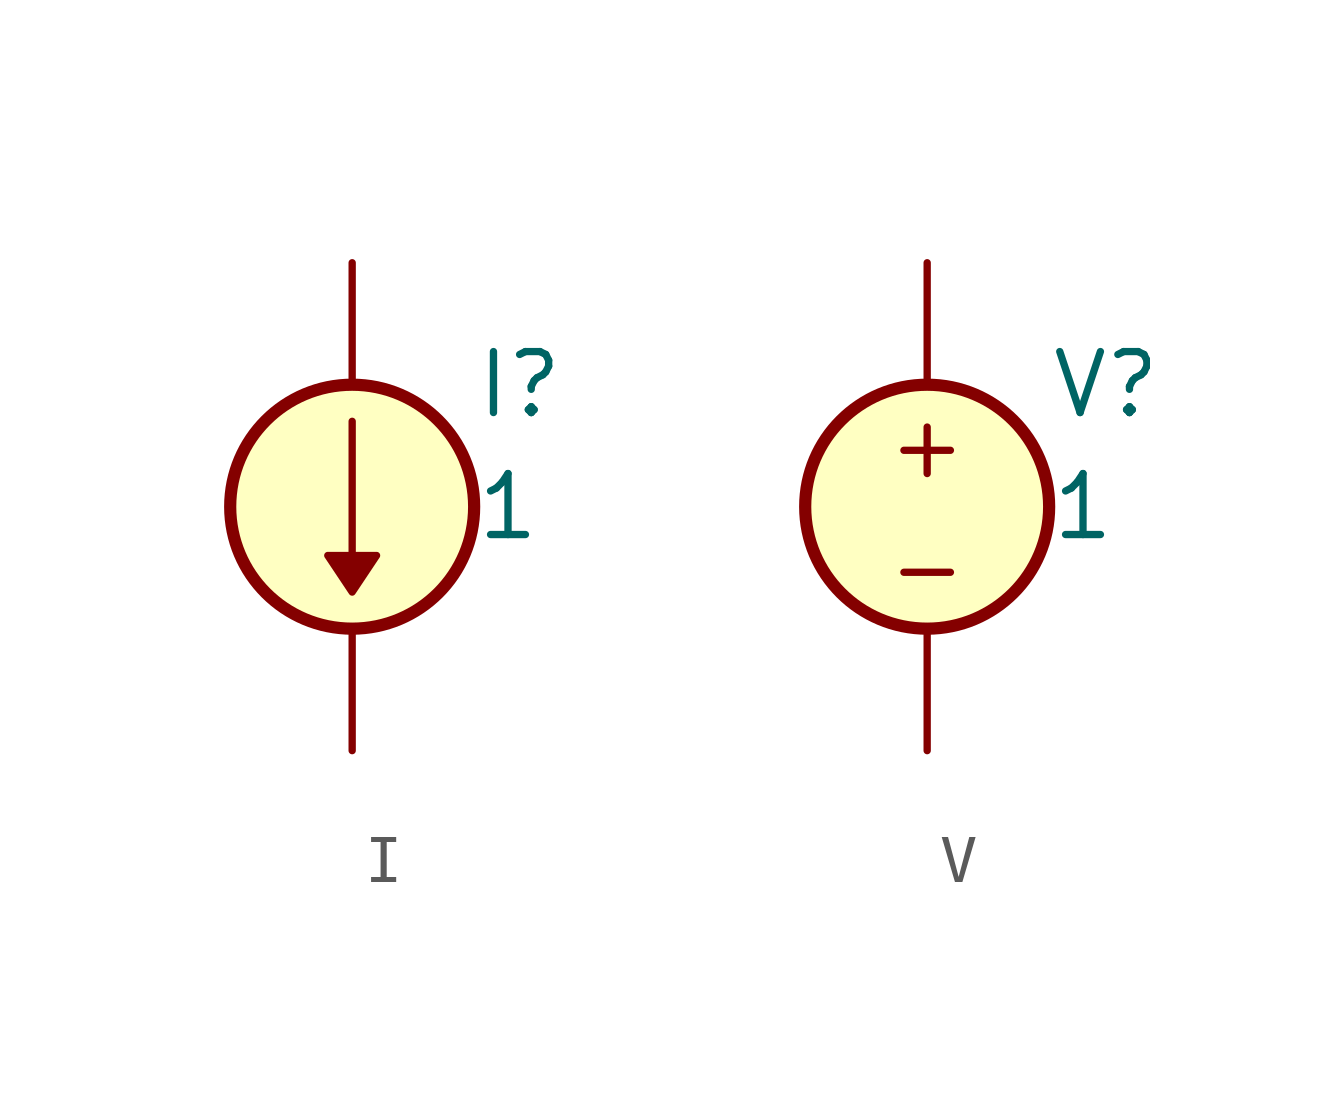
<source format=kicad_sym>
(kicad_symbol_lib
  (version 20220914)
  (generator kicad_symbol_editor)
  (symbol "I"
    (pin_numbers hide)
    (property "Reference" "I"
      (at 2.54 2.54 0)
      (effects (font (size 1.27 1.27)) (justify left)))
    (property "Value" "1"
      (at 2.54 0 0)
      (effects (font (size 1.27 1.27)) (justify left)))
    (symbol "I_0_0"
      (polyline (pts (xy 0.508 -1.016) (xy 0 -1.778) (xy -0.508 -1.016) (xy 0.508 -1.016)) (stroke (width 0.152) (type default)) (fill (type outline))))
    (symbol "I_0_1"
      (polyline (pts (xy 0 -1.016) (xy 0 1.778)) (stroke (width 0) (type default)) (fill (type none)))
      (circle (center 0 0) (radius 2.54) (stroke (width 0.254) (type default)) (fill (type background))))
    (symbol "I_1_1"
      (pin passive line (at 0 5.08 270) (length 2.54) (name "~" (effects (font (size 1.27 1.27)))) (number "1" (effects (font (size 1.27 1.27)))))
      (pin passive line (at 0 -5.08 90) (length 2.54) (name "~" (effects (font (size 1.27 1.27)))) (number "2" (effects (font (size 1.27 1.27)))))))
  (symbol "V"
    (pin_numbers hide)
    (property "Reference" "V"
      (at 2.54 2.54 0)
      (effects (font (size 1.27 1.27)) (justify left)))
    (property "Value" "1"
      (at 2.54 0 0)
      (effects (font (size 1.27 1.27)) (justify left)))
    (symbol "V_0_0"
      (text "+" (at 0 1.27 0) (effects (font (size 1.27 1.27))))
      (text "-" (at 0 -1.27 0) (effects (font (size 1.27 1.27)))))
    (symbol "V_0_1"
      (circle (center 0 0) (radius 2.54) (stroke (width 0.254) (type default)) (fill (type background))))
    (symbol "V_1_1"
      (pin passive line (at 0 5.08 270) (length 2.54) (name "~" (effects (font (size 1.27 1.27)))) (number "1" (effects (font (size 1.27 1.27)))))
      (pin passive line (at 0 -5.08 90) (length 2.54) (name "~" (effects (font (size 1.27 1.27)))) (number "2" (effects (font (size 1.27 1.27))))))))
</source>
